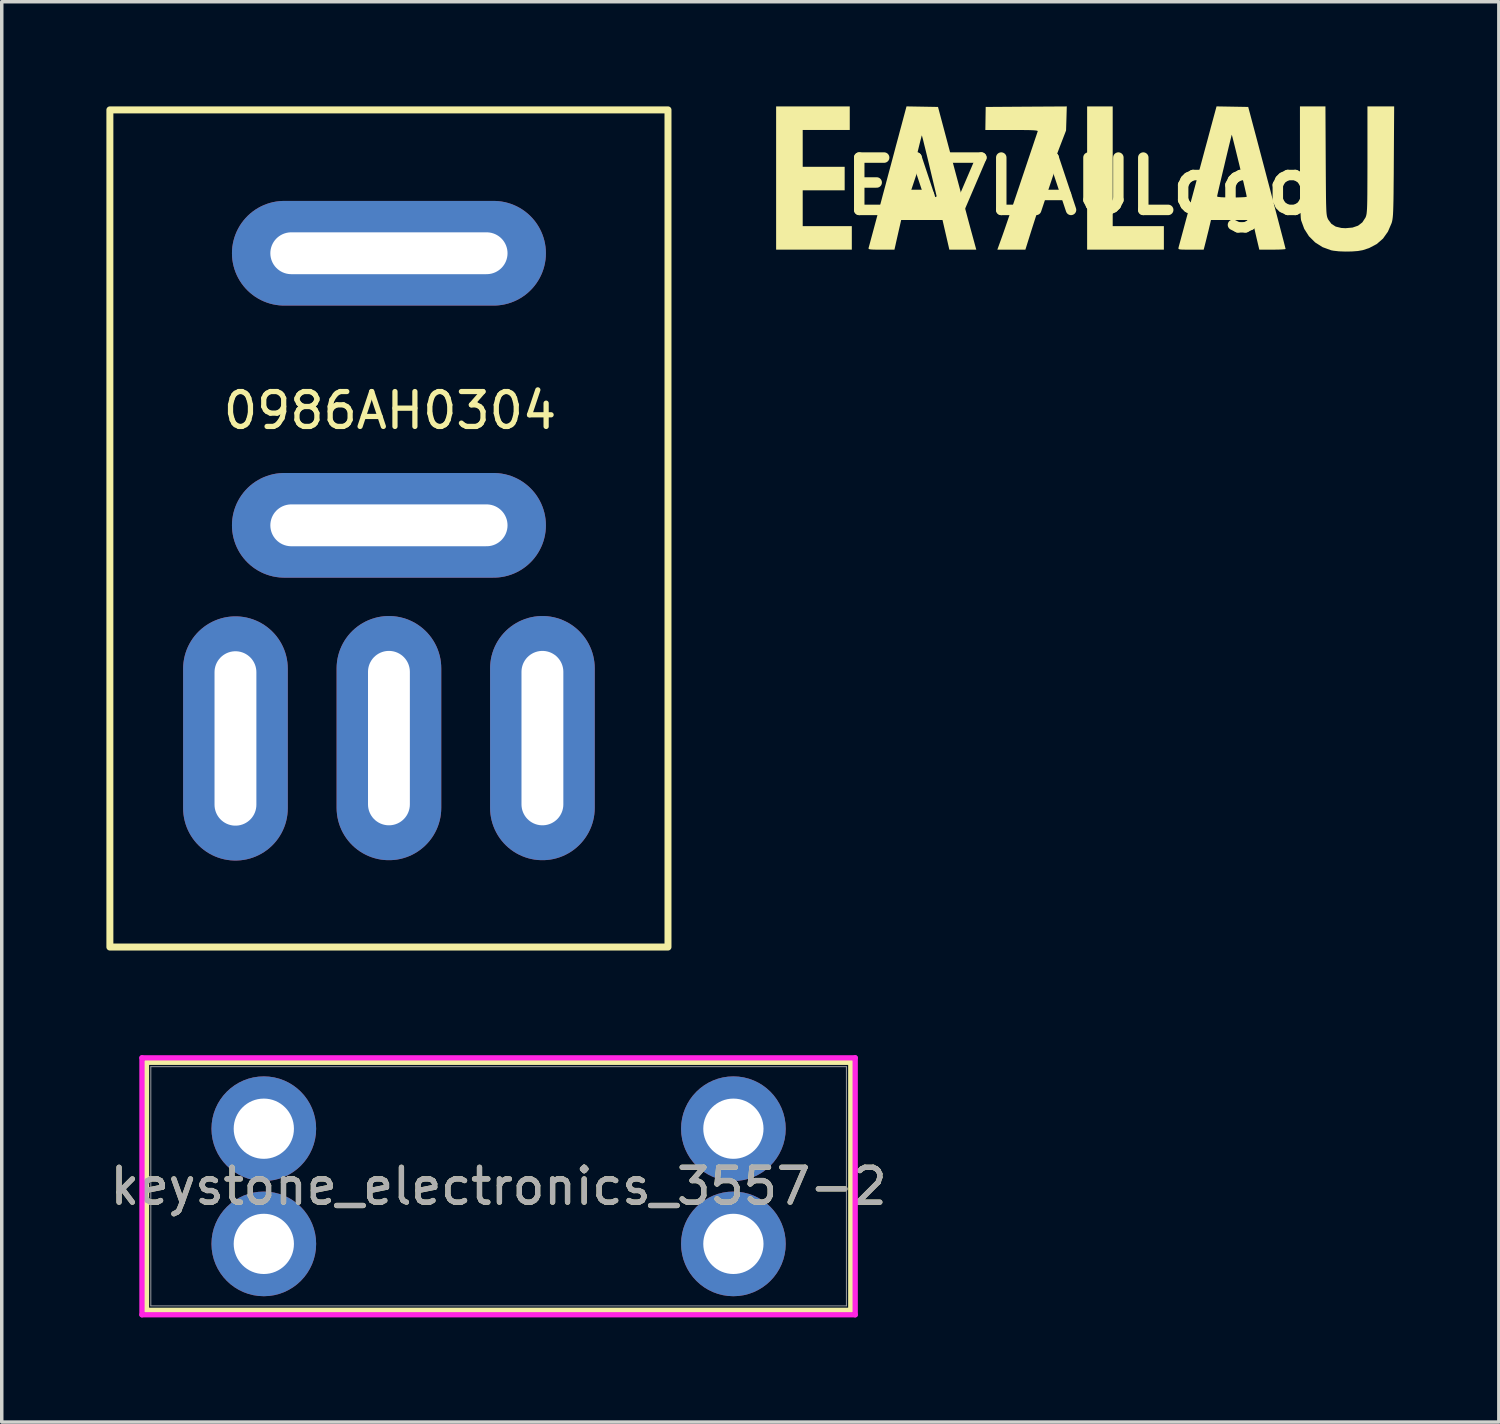
<source format=kicad_pcb>
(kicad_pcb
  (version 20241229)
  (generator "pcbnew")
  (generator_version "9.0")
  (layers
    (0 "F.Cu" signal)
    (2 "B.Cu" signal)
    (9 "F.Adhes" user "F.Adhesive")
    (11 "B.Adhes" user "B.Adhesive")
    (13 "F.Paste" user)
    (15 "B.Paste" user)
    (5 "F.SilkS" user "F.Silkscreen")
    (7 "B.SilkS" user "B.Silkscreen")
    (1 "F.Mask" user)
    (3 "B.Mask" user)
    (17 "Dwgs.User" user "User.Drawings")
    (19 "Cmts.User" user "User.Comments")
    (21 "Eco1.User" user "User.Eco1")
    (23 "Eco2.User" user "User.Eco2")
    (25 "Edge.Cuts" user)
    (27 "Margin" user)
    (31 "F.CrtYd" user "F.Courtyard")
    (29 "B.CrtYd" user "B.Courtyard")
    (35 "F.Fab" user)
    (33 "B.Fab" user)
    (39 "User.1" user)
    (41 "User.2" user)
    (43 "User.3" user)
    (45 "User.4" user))
  (footprint "keystone_electronics_3557-2"
    (layer "F.Cu")
    (at 4.513 29.308)
    (property "Reference" "keystone_electronics_3557-2" (at 6.731 1.651 0) (unlocked yes) (layer "F.SilkS") (effects (font (size 1 1) (thickness 0.15))))
    (attr through_hole)
    (fp_line (start -3.365 -1.905) (end -3.365 5.207) (stroke (width 0.152) (type solid)) (layer "F.SilkS"))
    (fp_line (start -3.365 5.207) (end 16.828 5.207) (stroke (width 0.152) (type solid)) (layer "F.SilkS"))
    (fp_line (start 16.828 -1.905) (end -3.365 -1.905) (stroke (width 0.152) (type solid)) (layer "F.SilkS"))
    (fp_line (start 16.828 5.207) (end 16.828 -1.905) (stroke (width 0.152) (type solid)) (layer "F.SilkS"))
    (fp_line (start -3.493 -2.032) (end -3.493 5.334) (stroke (width 0.152) (type solid)) (layer "F.CrtYd"))
    (fp_line (start -3.493 5.334) (end 16.954 5.334) (stroke (width 0.152) (type solid)) (layer "F.CrtYd"))
    (fp_line (start 16.954 -2.032) (end -3.493 -2.032) (stroke (width 0.152) (type solid)) (layer "F.CrtYd"))
    (fp_line (start 16.954 5.334) (end 16.954 -2.032) (stroke (width 0.152) (type solid)) (layer "F.CrtYd"))
    (fp_line (start -3.239 -1.778) (end -3.239 5.08) (stroke (width 0.025) (type solid)) (layer "F.Fab"))
    (fp_line (start -3.239 5.08) (end 16.701 5.08) (stroke (width 0.025) (type solid)) (layer "F.Fab"))
    (fp_line (start 16.701 -1.778) (end -3.239 -1.778) (stroke (width 0.025) (type solid)) (layer "F.Fab"))
    (fp_line (start 16.701 5.08) (end 16.701 -1.778) (stroke (width 0.025) (type solid)) (layer "F.Fab"))
    (fp_text user "${REFERENCE}" (at 6.731 1.651 0) (unlocked yes) (layer "F.Fab") (effects (font (size 1 1) (thickness 0.15))))
    (pad "1" thru_hole circle (at 0 0) (size 3 3) (drill 1.727) (layers "*.Cu" "*.Mask"))
    (pad "1" thru_hole circle (at 0 3.302) (size 3 3) (drill 1.727) (layers "*.Cu" "*.Mask"))
    (pad "2" thru_hole circle (at 13.462 0) (size 3 3) (drill 1.727) (layers "*.Cu" "*.Mask"))
    (pad "2" thru_hole circle (at 13.462 3.302) (size 3 3) (drill 1.727) (layers "*.Cu" "*.Mask")))
  (footprint "EA7LAULogo"
    (layer "F.Cu")
    (at 27.94 2.289)
    (property "Reference" "EA7LAULogo" (at 0 0 0) (layer "F.SilkS") (effects (font (size 1.5 1.5) (thickness 0.3))))
    (attr board_only exclude_from_pos_files exclude_from_bom)
    (fp_poly (pts (xy 0.909 -0.572) (xy 0.909 1.144) (xy 1.642 1.144) (xy 2.376 1.144) (xy 2.376 1.481) (xy 2.376 1.818) (xy 1.276 1.818) (xy 0.176 1.818) (xy 0.176 -0.235) (xy 0.176 -2.288) (xy 0.543 -2.288) (xy 0.909 -2.288)) (stroke (width 0) (type solid)) (fill yes) (layer "F.SilkS"))
    (fp_poly (pts (xy -6.629 -1.95) (xy -6.629 -1.613) (xy -7.303 -1.613) (xy -7.978 -1.613) (xy -7.978 -1.085) (xy -7.978 -0.557) (xy -7.377 -0.557) (xy -6.775 -0.557) (xy -6.775 -0.22) (xy -6.775 0.117) (xy -7.377 0.117) (xy -7.978 0.117) (xy -7.978 0.631) (xy -7.978 1.144) (xy -7.274 1.144) (xy -6.57 1.144) (xy -6.57 1.481) (xy -6.57 1.818) (xy -7.655 1.818) (xy -8.74 1.818) (xy -8.74 -0.235) (xy -8.74 -2.288) (xy -7.685 -2.288) (xy -6.629 -2.288)) (stroke (width 0) (type solid)) (fill yes) (layer "F.SilkS"))
    (fp_poly (pts (xy -0.417 -1.943) (xy -0.428 -1.598) (xy -0.621 -1.098) (xy -0.702 -0.883) (xy -0.796 -0.619) (xy -0.902 -0.314) (xy -1.017 0.023) (xy -1.137 0.385) (xy -1.26 0.764) (xy -1.385 1.153) (xy -1.454 1.371) (xy -1.594 1.818) (xy -1.996 1.818) (xy -2.398 1.818) (xy -2.271 1.467) (xy -2.235 1.366) (xy -2.183 1.217) (xy -2.118 1.027) (xy -2.042 0.804) (xy -1.957 0.555) (xy -1.867 0.288) (xy -1.773 0.01) (xy -1.699 -0.212) (xy -1.609 -0.479) (xy -1.525 -0.73) (xy -1.448 -0.959) (xy -1.38 -1.16) (xy -1.324 -1.328) (xy -1.28 -1.457) (xy -1.252 -1.542) (xy -1.24 -1.576) (xy -1.24 -1.576) (xy -1.247 -1.588) (xy -1.283 -1.597) (xy -1.353 -1.604) (xy -1.462 -1.609) (xy -1.615 -1.611) (xy -1.818 -1.613) (xy -1.984 -1.613) (xy -2.742 -1.613) (xy -2.737 -1.943) (xy -2.732 -2.273) (xy -1.569 -2.281) (xy -0.407 -2.288)) (stroke (width 0) (type solid)) (fill yes) (layer "F.SilkS"))
    (fp_poly (pts (xy 7.016 -0.726) (xy 7.018 -0.384) (xy 7.02 -0.095) (xy 7.022 0.145) (xy 7.024 0.341) (xy 7.027 0.499) (xy 7.031 0.623) (xy 7.035 0.719) (xy 7.041 0.791) (xy 7.049 0.844) (xy 7.058 0.884) (xy 7.069 0.915) (xy 7.082 0.943) (xy 7.091 0.96) (xy 7.18 1.079) (xy 7.302 1.157) (xy 7.463 1.196) (xy 7.582 1.203) (xy 7.784 1.185) (xy 7.943 1.131) (xy 8.065 1.037) (xy 8.154 0.901) (xy 8.157 0.895) (xy 8.169 0.865) (xy 8.179 0.831) (xy 8.188 0.785) (xy 8.194 0.725) (xy 8.2 0.644) (xy 8.204 0.537) (xy 8.207 0.4) (xy 8.209 0.227) (xy 8.21 0.014) (xy 8.211 -0.246) (xy 8.212 -0.556) (xy 8.212 -0.755) (xy 8.212 -2.288) (xy 8.595 -2.288) (xy 8.978 -2.288) (xy 8.968 -0.697) (xy 8.966 -0.347) (xy 8.963 -0.05) (xy 8.961 0.197) (xy 8.958 0.402) (xy 8.954 0.567) (xy 8.95 0.7) (xy 8.945 0.804) (xy 8.938 0.885) (xy 8.93 0.948) (xy 8.921 0.997) (xy 8.91 1.039) (xy 8.905 1.056) (xy 8.799 1.302) (xy 8.658 1.501) (xy 8.479 1.657) (xy 8.259 1.773) (xy 8.075 1.833) (xy 7.939 1.857) (xy 7.766 1.87) (xy 7.577 1.873) (xy 7.392 1.866) (xy 7.234 1.848) (xy 7.171 1.836) (xy 6.927 1.747) (xy 6.713 1.611) (xy 6.535 1.434) (xy 6.4 1.222) (xy 6.312 0.982) (xy 6.308 0.967) (xy 6.301 0.906) (xy 6.295 0.791) (xy 6.29 0.623) (xy 6.285 0.408) (xy 6.282 0.148) (xy 6.279 -0.154) (xy 6.278 -0.493) (xy 6.277 -0.726) (xy 6.277 -2.288) (xy 6.642 -2.288) (xy 7.008 -2.288)) (stroke (width 0) (type solid)) (fill yes) (layer "F.SilkS"))
    (fp_poly (pts (xy -4.551 -2.281) (xy -4.099 -2.273) (xy -3.681 -0.704) (xy -3.598 -0.393) (xy -3.515 -0.084) (xy -3.435 0.216) (xy -3.36 0.497) (xy -3.29 0.755) (xy -3.23 0.98) (xy -3.18 1.166) (xy -3.142 1.306) (xy -3.132 1.342) (xy -3.002 1.818) (xy -3.388 1.818) (xy -3.774 1.818) (xy -3.872 1.393) (xy -3.97 0.968) (xy -4.562 0.968) (xy -5.155 0.968) (xy -5.217 1.239) (xy -5.249 1.38) (xy -5.281 1.52) (xy -5.307 1.635) (xy -5.313 1.664) (xy -5.348 1.818) (xy -5.726 1.818) (xy -5.881 1.818) (xy -5.986 1.815) (xy -6.051 1.809) (xy -6.083 1.799) (xy -6.091 1.782) (xy -6.089 1.767) (xy -6.078 1.729) (xy -6.054 1.641) (xy -6.018 1.506) (xy -5.971 1.332) (xy -5.915 1.124) (xy -5.851 0.886) (xy -5.781 0.626) (xy -5.707 0.348) (xy -5.693 0.294) (xy -4.986 0.294) (xy -4.958 0.305) (xy -4.879 0.314) (xy -4.756 0.32) (xy -4.596 0.323) (xy -4.557 0.323) (xy -4.391 0.322) (xy -4.274 0.32) (xy -4.199 0.315) (xy -4.158 0.306) (xy -4.141 0.292) (xy -4.141 0.273) (xy -4.142 0.271) (xy -4.152 0.231) (xy -4.173 0.14) (xy -4.205 0.008) (xy -4.245 -0.158) (xy -4.291 -0.351) (xy -4.341 -0.563) (xy -4.355 -0.623) (xy -4.406 -0.835) (xy -4.453 -1.028) (xy -4.494 -1.193) (xy -4.526 -1.324) (xy -4.55 -1.414) (xy -4.562 -1.457) (xy -4.563 -1.459) (xy -4.572 -1.429) (xy -4.592 -1.351) (xy -4.622 -1.233) (xy -4.659 -1.083) (xy -4.701 -0.91) (xy -4.747 -0.723) (xy -4.794 -0.529) (xy -4.84 -0.337) (xy -4.883 -0.157) (xy -4.921 0.005) (xy -4.952 0.138) (xy -4.974 0.235) (xy -4.985 0.288) (xy -4.986 0.294) (xy -5.693 0.294) (xy -5.689 0.279) (xy -5.607 -0.025) (xy -5.526 -0.331) (xy -5.445 -0.631) (xy -5.369 -0.916) (xy -5.3 -1.177) (xy -5.238 -1.406) (xy -5.188 -1.595) (xy -5.153 -1.724) (xy -5.002 -2.289)) (stroke (width 0) (type solid)) (fill yes) (layer "F.SilkS"))
    (fp_poly (pts (xy 4.34 -2.281) (xy 4.794 -2.273) (xy 4.872 -1.98) (xy 4.941 -1.72) (xy 5.016 -1.44) (xy 5.094 -1.144) (xy 5.175 -0.837) (xy 5.258 -0.524) (xy 5.34 -0.211) (xy 5.422 0.097) (xy 5.5 0.395) (xy 5.574 0.678) (xy 5.643 0.94) (xy 5.705 1.178) (xy 5.759 1.384) (xy 5.804 1.554) (xy 5.837 1.684) (xy 5.858 1.767) (xy 5.866 1.799) (xy 5.866 1.799) (xy 5.839 1.806) (xy 5.763 1.812) (xy 5.651 1.817) (xy 5.514 1.818) (xy 5.489 1.818) (xy 5.112 1.818) (xy 5.034 1.489) (xy 5.001 1.347) (xy 4.972 1.217) (xy 4.949 1.115) (xy 4.939 1.063) (xy 4.92 0.968) (xy 4.323 0.968) (xy 3.726 0.968) (xy 3.708 1.049) (xy 3.686 1.14) (xy 3.656 1.268) (xy 3.62 1.411) (xy 3.586 1.551) (xy 3.557 1.665) (xy 3.546 1.708) (xy 3.517 1.818) (xy 3.149 1.818) (xy 2.996 1.818) (xy 2.894 1.816) (xy 2.831 1.811) (xy 2.801 1.8) (xy 2.792 1.783) (xy 2.797 1.757) (xy 2.798 1.752) (xy 2.813 1.695) (xy 2.842 1.588) (xy 2.883 1.436) (xy 2.934 1.247) (xy 2.993 1.027) (xy 3.059 0.783) (xy 3.129 0.52) (xy 3.19 0.293) (xy 3.901 0.293) (xy 3.929 0.305) (xy 4.012 0.315) (xy 4.143 0.32) (xy 4.318 0.323) (xy 4.326 0.323) (xy 4.477 0.321) (xy 4.604 0.317) (xy 4.697 0.312) (xy 4.746 0.304) (xy 4.752 0.301) (xy 4.745 0.265) (xy 4.727 0.181) (xy 4.699 0.06) (xy 4.664 -0.092) (xy 4.622 -0.266) (xy 4.577 -0.454) (xy 4.531 -0.647) (xy 4.484 -0.838) (xy 4.44 -1.018) (xy 4.4 -1.179) (xy 4.366 -1.313) (xy 4.341 -1.412) (xy 4.325 -1.468) (xy 4.321 -1.476) (xy 4.304 -1.406) (xy 4.276 -1.293) (xy 4.24 -1.147) (xy 4.199 -0.976) (xy 4.154 -0.789) (xy 4.108 -0.593) (xy 4.061 -0.398) (xy 4.017 -0.211) (xy 3.977 -0.042) (xy 3.944 0.101) (xy 3.919 0.21) (xy 3.904 0.277) (xy 3.901 0.293) (xy 3.19 0.293) (xy 3.203 0.245) (xy 3.279 -0.036) (xy 3.354 -0.316) (xy 3.427 -0.588) (xy 3.497 -0.847) (xy 3.561 -1.086) (xy 3.619 -1.298) (xy 3.667 -1.478) (xy 3.705 -1.619) (xy 3.713 -1.651) (xy 3.886 -2.289)) (stroke (width 0) (type solid)) (fill yes) (layer "F.SilkS")))
  (footprint "0986AH0304"
    (layer "F.Cu")
    (at 8.1 12.01)
    (property "Reference" "0986AH0304" (at 0.03 -3.29 0) (unlocked yes) (layer "F.SilkS") (effects (font (size 1 1) (thickness 0.15))))
    (attr through_hole)
    (fp_rect (start -8 -11.91) (end 8 12.09) (stroke (width 0.2) (type default)) (fill no) (layer "F.SilkS"))
    (pad "1" thru_hole oval (at -4.4 6.11) (size 3 7) (drill oval 1.2 5) (layers "*.Cu" "*.Mask"))
    (pad "2" thru_hole oval (at 4.4 6.1) (size 3 7) (drill oval 1.2 5) (layers "*.Cu" "*.Mask"))
    (pad "3" thru_hole oval (at 0 -7.8 90) (size 3 9) (drill oval 1.2 6.8) (layers "*.Cu" "*.Mask"))
    (pad "4" thru_hole oval (at 0 6.1) (size 3 7) (drill oval 1.2 5) (layers "*.Cu" "*.Mask"))
    (pad "5" thru_hole oval (at 0 0 90) (size 3 9) (drill oval 1.2 6.8) (layers "*.Cu" "*.Mask")))
  (gr_rect
    (start -3 -3)
    (end 39.919 37.718)
    (stroke (width 0.1) (type default))
    (fill no)
    (layer "Edge.Cuts")))
</source>
